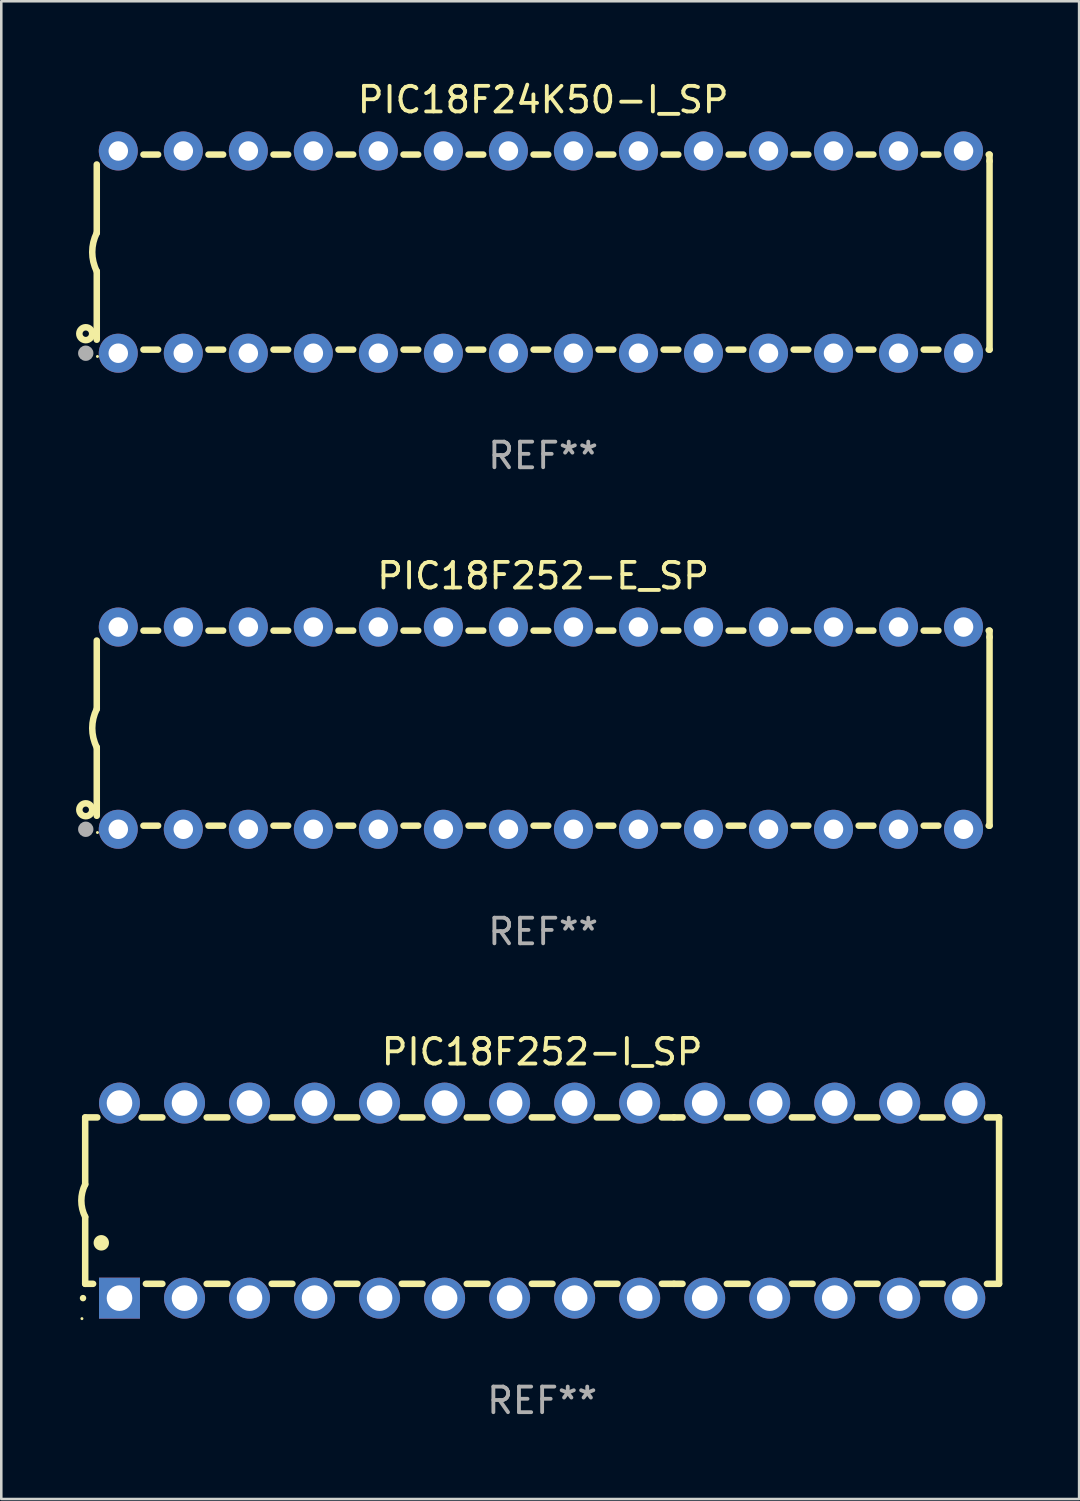
<source format=kicad_pcb>
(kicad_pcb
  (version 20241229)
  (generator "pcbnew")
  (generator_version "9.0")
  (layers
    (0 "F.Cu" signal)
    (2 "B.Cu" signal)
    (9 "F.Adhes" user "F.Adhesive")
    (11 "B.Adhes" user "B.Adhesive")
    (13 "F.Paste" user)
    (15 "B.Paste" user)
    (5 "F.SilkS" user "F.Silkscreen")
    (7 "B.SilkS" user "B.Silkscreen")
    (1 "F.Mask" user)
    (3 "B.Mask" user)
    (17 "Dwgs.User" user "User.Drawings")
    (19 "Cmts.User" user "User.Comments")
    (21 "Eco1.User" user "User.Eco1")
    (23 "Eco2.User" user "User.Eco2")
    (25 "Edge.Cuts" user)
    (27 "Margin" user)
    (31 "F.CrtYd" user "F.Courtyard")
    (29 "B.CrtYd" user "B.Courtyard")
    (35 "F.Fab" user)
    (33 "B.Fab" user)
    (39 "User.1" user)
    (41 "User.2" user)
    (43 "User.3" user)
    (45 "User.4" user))
  (footprint "PIC18F252-E_SP"
    (layer "F.Cu")
    (at 18.168 25.395)
    (property "Reference" "PIC18F252-E_SP" (at 0 -5.95 0) (layer "F.SilkS") (effects (font (size 1 1) (thickness 0.15))))
    (attr through_hole)
    (fp_line (start -17.438 0.75) (end -17.438 3.423) (stroke (width 0.254) (type solid)) (layer "F.SilkS"))
    (fp_line (start -17.438 -3.423) (end -17.438 -0.75) (stroke (width 0.254) (type solid)) (layer "F.SilkS"))
    (fp_line (start -15.615 3.81) (end -15.041 3.81) (stroke (width 0.254) (type solid)) (layer "F.SilkS"))
    (fp_line (start -15.041 -3.81) (end -15.614 -3.81) (stroke (width 0.254) (type solid)) (layer "F.SilkS"))
    (fp_line (start -13.075 3.81) (end -12.501 3.81) (stroke (width 0.254) (type solid)) (layer "F.SilkS"))
    (fp_line (start -12.501 -3.81) (end -13.074 -3.81) (stroke (width 0.254) (type solid)) (layer "F.SilkS"))
    (fp_line (start -10.535 3.81) (end -9.961 3.81) (stroke (width 0.254) (type solid)) (layer "F.SilkS"))
    (fp_line (start -9.961 -3.81) (end -10.534 -3.81) (stroke (width 0.254) (type solid)) (layer "F.SilkS"))
    (fp_line (start -7.995 3.81) (end -7.421 3.81) (stroke (width 0.254) (type solid)) (layer "F.SilkS"))
    (fp_line (start -7.421 -3.81) (end -7.995 -3.81) (stroke (width 0.254) (type solid)) (layer "F.SilkS"))
    (fp_line (start -5.455 3.81) (end -4.881 3.81) (stroke (width 0.254) (type solid)) (layer "F.SilkS"))
    (fp_line (start -4.881 -3.81) (end -5.455 -3.81) (stroke (width 0.254) (type solid)) (layer "F.SilkS"))
    (fp_line (start -2.915 3.81) (end -2.341 3.81) (stroke (width 0.254) (type solid)) (layer "F.SilkS"))
    (fp_line (start -2.341 -3.81) (end -2.915 -3.81) (stroke (width 0.254) (type solid)) (layer "F.SilkS"))
    (fp_line (start -0.375 3.81) (end 0.199 3.81) (stroke (width 0.254) (type solid)) (layer "F.SilkS"))
    (fp_line (start 0.199 -3.81) (end -0.375 -3.81) (stroke (width 0.254) (type solid)) (layer "F.SilkS"))
    (fp_line (start 2.165 3.81) (end 2.739 3.81) (stroke (width 0.254) (type solid)) (layer "F.SilkS"))
    (fp_line (start 2.739 -3.81) (end 2.165 -3.81) (stroke (width 0.254) (type solid)) (layer "F.SilkS"))
    (fp_line (start 4.705 3.81) (end 5.279 3.81) (stroke (width 0.254) (type solid)) (layer "F.SilkS"))
    (fp_line (start 5.279 -3.81) (end 4.705 -3.81) (stroke (width 0.254) (type solid)) (layer "F.SilkS"))
    (fp_line (start 7.245 3.81) (end 7.819 3.81) (stroke (width 0.254) (type solid)) (layer "F.SilkS"))
    (fp_line (start 7.819 -3.81) (end 7.245 -3.81) (stroke (width 0.254) (type solid)) (layer "F.SilkS"))
    (fp_line (start 9.785 3.81) (end 10.359 3.81) (stroke (width 0.254) (type solid)) (layer "F.SilkS"))
    (fp_line (start 10.359 -3.81) (end 9.785 -3.81) (stroke (width 0.254) (type solid)) (layer "F.SilkS"))
    (fp_line (start 12.325 3.81) (end 12.899 3.81) (stroke (width 0.254) (type solid)) (layer "F.SilkS"))
    (fp_line (start 12.899 -3.81) (end 12.325 -3.81) (stroke (width 0.254) (type solid)) (layer "F.SilkS"))
    (fp_line (start 14.865 3.81) (end 15.439 3.81) (stroke (width 0.254) (type solid)) (layer "F.SilkS"))
    (fp_line (start 15.439 -3.81) (end 14.865 -3.81) (stroke (width 0.254) (type solid)) (layer "F.SilkS"))
    (fp_line (start 17.405 3.81) (end 17.438 3.81) (stroke (width 0.254) (type solid)) (layer "F.SilkS"))
    (fp_line (start 17.438 -3.81) (end 17.405 -3.81) (stroke (width 0.254) (type solid)) (layer "F.SilkS"))
    (fp_line (start 17.438 -3.556) (end 17.438 -3.81) (stroke (width 0.254) (type solid)) (layer "F.SilkS"))
    (fp_line (start 17.438 3.81) (end 17.438 -3.556) (stroke (width 0.254) (type solid)) (layer "F.SilkS"))
    (fp_arc (start -17.437986 0.749657) (mid -17.614887 -0.000024) (end -17.437783 -0.749657) (stroke (width 0.254001) (type solid)) (layer "F.SilkS"))
    (fp_circle (center -17.868 3.188) (end -17.743 3.188) (stroke (width 0.254) (type solid)) (fill no) (layer "F.SilkS"))
    (fp_circle (center -17.411 4.077) (end -17.381 4.077) (stroke (width 0.06) (type solid)) (fill no) (layer "F.SilkS"))
    (fp_circle (center -17.868 3.95) (end -17.718 3.95) (stroke (width 0.3) (type solid)) (fill no) (layer "F.Fab"))
    (fp_text user "REF**" (at 0 7.95 0) (layer "F.Fab") (effects (font (size 1 1) (thickness 0.15))))
    (pad "1" thru_hole circle (at -16.598 3.95) (size 1.524 1.524) (drill 0.762) (layers "*.Cu" "*.Mask"))
    (pad "2" thru_hole circle (at -14.058 3.95) (size 1.524 1.524) (drill 0.762) (layers "*.Cu" "*.Mask"))
    (pad "3" thru_hole circle (at -11.518 3.95) (size 1.524 1.524) (drill 0.762) (layers "*.Cu" "*.Mask"))
    (pad "4" thru_hole circle (at -8.978 3.95) (size 1.524 1.524) (drill 0.762) (layers "*.Cu" "*.Mask"))
    (pad "5" thru_hole circle (at -6.438 3.95) (size 1.524 1.524) (drill 0.762) (layers "*.Cu" "*.Mask"))
    (pad "6" thru_hole circle (at -3.898 3.95) (size 1.524 1.524) (drill 0.762) (layers "*.Cu" "*.Mask"))
    (pad "7" thru_hole circle (at -1.358 3.95) (size 1.524 1.524) (drill 0.762) (layers "*.Cu" "*.Mask"))
    (pad "8" thru_hole circle (at 1.182 3.95) (size 1.524 1.524) (drill 0.762) (layers "*.Cu" "*.Mask"))
    (pad "9" thru_hole circle (at 3.722 3.95) (size 1.524 1.524) (drill 0.762) (layers "*.Cu" "*.Mask"))
    (pad "10" thru_hole circle (at 6.262 3.95) (size 1.524 1.524) (drill 0.762) (layers "*.Cu" "*.Mask"))
    (pad "11" thru_hole circle (at 8.802 3.95) (size 1.524 1.524) (drill 0.762) (layers "*.Cu" "*.Mask"))
    (pad "12" thru_hole circle (at 11.342 3.95) (size 1.524 1.524) (drill 0.762) (layers "*.Cu" "*.Mask"))
    (pad "13" thru_hole circle (at 13.882 3.95) (size 1.524 1.524) (drill 0.762) (layers "*.Cu" "*.Mask"))
    (pad "14" thru_hole circle (at 16.422 3.95) (size 1.524 1.524) (drill 0.762) (layers "*.Cu" "*.Mask"))
    (pad "15" thru_hole circle (at 16.422 -3.95) (size 1.524 1.524) (drill 0.762) (layers "*.Cu" "*.Mask"))
    (pad "16" thru_hole circle (at 13.882 -3.95) (size 1.524 1.524) (drill 0.762) (layers "*.Cu" "*.Mask"))
    (pad "17" thru_hole circle (at 11.342 -3.95) (size 1.524 1.524) (drill 0.762) (layers "*.Cu" "*.Mask"))
    (pad "18" thru_hole circle (at 8.802 -3.95) (size 1.524 1.524) (drill 0.762) (layers "*.Cu" "*.Mask"))
    (pad "19" thru_hole circle (at 6.262 -3.95) (size 1.524 1.524) (drill 0.762) (layers "*.Cu" "*.Mask"))
    (pad "20" thru_hole circle (at 3.722 -3.95) (size 1.524 1.524) (drill 0.762) (layers "*.Cu" "*.Mask"))
    (pad "21" thru_hole circle (at 1.182 -3.95) (size 1.524 1.524) (drill 0.762) (layers "*.Cu" "*.Mask"))
    (pad "22" thru_hole circle (at -1.358 -3.95) (size 1.524 1.524) (drill 0.762) (layers "*.Cu" "*.Mask"))
    (pad "23" thru_hole circle (at -3.898 -3.95) (size 1.524 1.524) (drill 0.762) (layers "*.Cu" "*.Mask"))
    (pad "24" thru_hole circle (at -6.438 -3.95) (size 1.524 1.524) (drill 0.762) (layers "*.Cu" "*.Mask"))
    (pad "25" thru_hole circle (at -8.978 -3.95) (size 1.524 1.524) (drill 0.762) (layers "*.Cu" "*.Mask"))
    (pad "26" thru_hole circle (at -11.517 -3.95) (size 1.524 1.524) (drill 0.762) (layers "*.Cu" "*.Mask"))
    (pad "27" thru_hole circle (at -14.057 -3.95) (size 1.524 1.524) (drill 0.762) (layers "*.Cu" "*.Mask"))
    (pad "28" thru_hole circle (at -16.597 -3.95) (size 1.524 1.524) (drill 0.762) (layers "*.Cu" "*.Mask")))
  (footprint "PIC18F24K50-I_SP"
    (layer "F.Cu")
    (at 18.168 6.798)
    (property "Reference" "PIC18F24K50-I_SP" (at 0 -5.95 0) (layer "F.SilkS") (effects (font (size 1 1) (thickness 0.15))))
    (attr through_hole)
    (fp_line (start -17.438 0.75) (end -17.438 3.423) (stroke (width 0.254) (type solid)) (layer "F.SilkS"))
    (fp_line (start -17.438 -3.423) (end -17.438 -0.75) (stroke (width 0.254) (type solid)) (layer "F.SilkS"))
    (fp_line (start -15.615 3.81) (end -15.041 3.81) (stroke (width 0.254) (type solid)) (layer "F.SilkS"))
    (fp_line (start -15.041 -3.81) (end -15.614 -3.81) (stroke (width 0.254) (type solid)) (layer "F.SilkS"))
    (fp_line (start -13.075 3.81) (end -12.501 3.81) (stroke (width 0.254) (type solid)) (layer "F.SilkS"))
    (fp_line (start -12.501 -3.81) (end -13.074 -3.81) (stroke (width 0.254) (type solid)) (layer "F.SilkS"))
    (fp_line (start -10.535 3.81) (end -9.961 3.81) (stroke (width 0.254) (type solid)) (layer "F.SilkS"))
    (fp_line (start -9.961 -3.81) (end -10.534 -3.81) (stroke (width 0.254) (type solid)) (layer "F.SilkS"))
    (fp_line (start -7.995 3.81) (end -7.421 3.81) (stroke (width 0.254) (type solid)) (layer "F.SilkS"))
    (fp_line (start -7.421 -3.81) (end -7.995 -3.81) (stroke (width 0.254) (type solid)) (layer "F.SilkS"))
    (fp_line (start -5.455 3.81) (end -4.881 3.81) (stroke (width 0.254) (type solid)) (layer "F.SilkS"))
    (fp_line (start -4.881 -3.81) (end -5.455 -3.81) (stroke (width 0.254) (type solid)) (layer "F.SilkS"))
    (fp_line (start -2.915 3.81) (end -2.341 3.81) (stroke (width 0.254) (type solid)) (layer "F.SilkS"))
    (fp_line (start -2.341 -3.81) (end -2.915 -3.81) (stroke (width 0.254) (type solid)) (layer "F.SilkS"))
    (fp_line (start -0.375 3.81) (end 0.199 3.81) (stroke (width 0.254) (type solid)) (layer "F.SilkS"))
    (fp_line (start 0.199 -3.81) (end -0.375 -3.81) (stroke (width 0.254) (type solid)) (layer "F.SilkS"))
    (fp_line (start 2.165 3.81) (end 2.739 3.81) (stroke (width 0.254) (type solid)) (layer "F.SilkS"))
    (fp_line (start 2.739 -3.81) (end 2.165 -3.81) (stroke (width 0.254) (type solid)) (layer "F.SilkS"))
    (fp_line (start 4.705 3.81) (end 5.279 3.81) (stroke (width 0.254) (type solid)) (layer "F.SilkS"))
    (fp_line (start 5.279 -3.81) (end 4.705 -3.81) (stroke (width 0.254) (type solid)) (layer "F.SilkS"))
    (fp_line (start 7.245 3.81) (end 7.819 3.81) (stroke (width 0.254) (type solid)) (layer "F.SilkS"))
    (fp_line (start 7.819 -3.81) (end 7.245 -3.81) (stroke (width 0.254) (type solid)) (layer "F.SilkS"))
    (fp_line (start 9.785 3.81) (end 10.359 3.81) (stroke (width 0.254) (type solid)) (layer "F.SilkS"))
    (fp_line (start 10.359 -3.81) (end 9.785 -3.81) (stroke (width 0.254) (type solid)) (layer "F.SilkS"))
    (fp_line (start 12.325 3.81) (end 12.899 3.81) (stroke (width 0.254) (type solid)) (layer "F.SilkS"))
    (fp_line (start 12.899 -3.81) (end 12.325 -3.81) (stroke (width 0.254) (type solid)) (layer "F.SilkS"))
    (fp_line (start 14.865 3.81) (end 15.439 3.81) (stroke (width 0.254) (type solid)) (layer "F.SilkS"))
    (fp_line (start 15.439 -3.81) (end 14.865 -3.81) (stroke (width 0.254) (type solid)) (layer "F.SilkS"))
    (fp_line (start 17.405 3.81) (end 17.438 3.81) (stroke (width 0.254) (type solid)) (layer "F.SilkS"))
    (fp_line (start 17.438 -3.81) (end 17.405 -3.81) (stroke (width 0.254) (type solid)) (layer "F.SilkS"))
    (fp_line (start 17.438 -3.556) (end 17.438 -3.81) (stroke (width 0.254) (type solid)) (layer "F.SilkS"))
    (fp_line (start 17.438 3.81) (end 17.438 -3.556) (stroke (width 0.254) (type solid)) (layer "F.SilkS"))
    (fp_arc (start -17.437986 0.749657) (mid -17.614887 -0.000024) (end -17.437783 -0.749657) (stroke (width 0.254001) (type solid)) (layer "F.SilkS"))
    (fp_circle (center -17.868 3.188) (end -17.743 3.188) (stroke (width 0.254) (type solid)) (fill no) (layer "F.SilkS"))
    (fp_circle (center -17.411 4.077) (end -17.381 4.077) (stroke (width 0.06) (type solid)) (fill no) (layer "F.SilkS"))
    (fp_circle (center -17.868 3.95) (end -17.718 3.95) (stroke (width 0.3) (type solid)) (fill no) (layer "F.Fab"))
    (fp_text user "REF**" (at 0 7.95 0) (layer "F.Fab") (effects (font (size 1 1) (thickness 0.15))))
    (pad "1" thru_hole circle (at -16.598 3.95) (size 1.524 1.524) (drill 0.762) (layers "*.Cu" "*.Mask"))
    (pad "2" thru_hole circle (at -14.058 3.95) (size 1.524 1.524) (drill 0.762) (layers "*.Cu" "*.Mask"))
    (pad "3" thru_hole circle (at -11.518 3.95) (size 1.524 1.524) (drill 0.762) (layers "*.Cu" "*.Mask"))
    (pad "4" thru_hole circle (at -8.978 3.95) (size 1.524 1.524) (drill 0.762) (layers "*.Cu" "*.Mask"))
    (pad "5" thru_hole circle (at -6.438 3.95) (size 1.524 1.524) (drill 0.762) (layers "*.Cu" "*.Mask"))
    (pad "6" thru_hole circle (at -3.898 3.95) (size 1.524 1.524) (drill 0.762) (layers "*.Cu" "*.Mask"))
    (pad "7" thru_hole circle (at -1.358 3.95) (size 1.524 1.524) (drill 0.762) (layers "*.Cu" "*.Mask"))
    (pad "8" thru_hole circle (at 1.182 3.95) (size 1.524 1.524) (drill 0.762) (layers "*.Cu" "*.Mask"))
    (pad "9" thru_hole circle (at 3.722 3.95) (size 1.524 1.524) (drill 0.762) (layers "*.Cu" "*.Mask"))
    (pad "10" thru_hole circle (at 6.262 3.95) (size 1.524 1.524) (drill 0.762) (layers "*.Cu" "*.Mask"))
    (pad "11" thru_hole circle (at 8.802 3.95) (size 1.524 1.524) (drill 0.762) (layers "*.Cu" "*.Mask"))
    (pad "12" thru_hole circle (at 11.342 3.95) (size 1.524 1.524) (drill 0.762) (layers "*.Cu" "*.Mask"))
    (pad "13" thru_hole circle (at 13.882 3.95) (size 1.524 1.524) (drill 0.762) (layers "*.Cu" "*.Mask"))
    (pad "14" thru_hole circle (at 16.422 3.95) (size 1.524 1.524) (drill 0.762) (layers "*.Cu" "*.Mask"))
    (pad "15" thru_hole circle (at 16.422 -3.95) (size 1.524 1.524) (drill 0.762) (layers "*.Cu" "*.Mask"))
    (pad "16" thru_hole circle (at 13.882 -3.95) (size 1.524 1.524) (drill 0.762) (layers "*.Cu" "*.Mask"))
    (pad "17" thru_hole circle (at 11.342 -3.95) (size 1.524 1.524) (drill 0.762) (layers "*.Cu" "*.Mask"))
    (pad "18" thru_hole circle (at 8.802 -3.95) (size 1.524 1.524) (drill 0.762) (layers "*.Cu" "*.Mask"))
    (pad "19" thru_hole circle (at 6.262 -3.95) (size 1.524 1.524) (drill 0.762) (layers "*.Cu" "*.Mask"))
    (pad "20" thru_hole circle (at 3.722 -3.95) (size 1.524 1.524) (drill 0.762) (layers "*.Cu" "*.Mask"))
    (pad "21" thru_hole circle (at 1.182 -3.95) (size 1.524 1.524) (drill 0.762) (layers "*.Cu" "*.Mask"))
    (pad "22" thru_hole circle (at -1.358 -3.95) (size 1.524 1.524) (drill 0.762) (layers "*.Cu" "*.Mask"))
    (pad "23" thru_hole circle (at -3.898 -3.95) (size 1.524 1.524) (drill 0.762) (layers "*.Cu" "*.Mask"))
    (pad "24" thru_hole circle (at -6.438 -3.95) (size 1.524 1.524) (drill 0.762) (layers "*.Cu" "*.Mask"))
    (pad "25" thru_hole circle (at -8.978 -3.95) (size 1.524 1.524) (drill 0.762) (layers "*.Cu" "*.Mask"))
    (pad "26" thru_hole circle (at -11.517 -3.95) (size 1.524 1.524) (drill 0.762) (layers "*.Cu" "*.Mask"))
    (pad "27" thru_hole circle (at -14.057 -3.95) (size 1.524 1.524) (drill 0.762) (layers "*.Cu" "*.Mask"))
    (pad "28" thru_hole circle (at -16.597 -3.95) (size 1.524 1.524) (drill 0.762) (layers "*.Cu" "*.Mask")))
  (footprint "PIC18F252-I_SP"
    (layer "F.Cu")
    (at 18.128 43.851)
    (property "Reference" "PIC18F252-I_SP" (at 0 -5.81 0) (layer "F.SilkS") (effects (font (size 1 1) (thickness 0.15))))
    (attr through_hole)
    (fp_line (start -17.85 -3.25) (end -17.85 -0.635) (stroke (width 0.254) (type solid)) (layer "F.SilkS"))
    (fp_line (start -17.85 3.25) (end -17.85 0.635) (stroke (width 0.254) (type solid)) (layer "F.SilkS"))
    (fp_line (start -17.85 3.25) (end -17.541 3.25) (stroke (width 0.254) (type solid)) (layer "F.SilkS"))
    (fp_line (start -17.375 -3.25) (end -17.85 -3.25) (stroke (width 0.254) (type solid)) (layer "F.SilkS"))
    (fp_line (start -15.479 3.25) (end -14.835 3.25) (stroke (width 0.254) (type solid)) (layer "F.SilkS"))
    (fp_line (start -14.835 -3.25) (end -15.645 -3.25) (stroke (width 0.254) (type solid)) (layer "F.SilkS"))
    (fp_line (start -13.105 3.25) (end -12.295 3.25) (stroke (width 0.254) (type solid)) (layer "F.SilkS"))
    (fp_line (start -12.295 -3.25) (end -13.105 -3.25) (stroke (width 0.254) (type solid)) (layer "F.SilkS"))
    (fp_line (start -10.565 3.25) (end -9.755 3.25) (stroke (width 0.254) (type solid)) (layer "F.SilkS"))
    (fp_line (start -9.755 -3.25) (end -10.565 -3.25) (stroke (width 0.254) (type solid)) (layer "F.SilkS"))
    (fp_line (start -8.025 3.25) (end -7.215 3.25) (stroke (width 0.254) (type solid)) (layer "F.SilkS"))
    (fp_line (start -7.215 -3.25) (end -8.025 -3.25) (stroke (width 0.254) (type solid)) (layer "F.SilkS"))
    (fp_line (start -5.485 3.25) (end -4.675 3.25) (stroke (width 0.254) (type solid)) (layer "F.SilkS"))
    (fp_line (start -4.675 -3.25) (end -5.485 -3.25) (stroke (width 0.254) (type solid)) (layer "F.SilkS"))
    (fp_line (start -2.945 3.25) (end -2.135 3.25) (stroke (width 0.254) (type solid)) (layer "F.SilkS"))
    (fp_line (start -2.135 -3.25) (end -2.945 -3.25) (stroke (width 0.254) (type solid)) (layer "F.SilkS"))
    (fp_line (start -0.405 3.25) (end 0.405 3.25) (stroke (width 0.254) (type solid)) (layer "F.SilkS"))
    (fp_line (start 0.405 -3.25) (end -0.405 -3.25) (stroke (width 0.254) (type solid)) (layer "F.SilkS"))
    (fp_line (start 2.135 3.25) (end 2.945 3.25) (stroke (width 0.254) (type solid)) (layer "F.SilkS"))
    (fp_line (start 2.945 -3.25) (end 2.135 -3.25) (stroke (width 0.254) (type solid)) (layer "F.SilkS"))
    (fp_line (start 4.675 3.25) (end 5.15 3.25) (stroke (width 0.254) (type solid)) (layer "F.SilkS"))
    (fp_line (start 5.15 -3.25) (end 4.675 -3.25) (stroke (width 0.254) (type solid)) (layer "F.SilkS"))
    (fp_line (start 5.15 -3.25) (end 5.485 -3.25) (stroke (width 0.254) (type solid)) (layer "F.SilkS"))
    (fp_line (start 5.15 3.25) (end 5.485 3.25) (stroke (width 0.254) (type solid)) (layer "F.SilkS"))
    (fp_line (start 7.215 -3.25) (end 8.025 -3.25) (stroke (width 0.254) (type solid)) (layer "F.SilkS"))
    (fp_line (start 7.215 3.25) (end 8.025 3.25) (stroke (width 0.254) (type solid)) (layer "F.SilkS"))
    (fp_line (start 9.755 -3.25) (end 10.565 -3.25) (stroke (width 0.254) (type solid)) (layer "F.SilkS"))
    (fp_line (start 9.755 3.25) (end 10.565 3.25) (stroke (width 0.254) (type solid)) (layer "F.SilkS"))
    (fp_line (start 12.295 -3.25) (end 13.105 -3.25) (stroke (width 0.254) (type solid)) (layer "F.SilkS"))
    (fp_line (start 12.295 3.25) (end 13.105 3.25) (stroke (width 0.254) (type solid)) (layer "F.SilkS"))
    (fp_line (start 14.835 -3.25) (end 15.645 -3.25) (stroke (width 0.254) (type solid)) (layer "F.SilkS"))
    (fp_line (start 14.835 3.25) (end 15.645 3.25) (stroke (width 0.254) (type solid)) (layer "F.SilkS"))
    (fp_line (start 17.375 -3.25) (end 17.85 -3.25) (stroke (width 0.254) (type solid)) (layer "F.SilkS"))
    (fp_line (start 17.375 3.25) (end 17.85 3.25) (stroke (width 0.254) (type solid)) (layer "F.SilkS"))
    (fp_line (start 17.85 -3.25) (end 17.85 3.25) (stroke (width 0.254) (type solid)) (layer "F.SilkS"))
    (fp_arc (start -17.934976 3.810008) (mid -17.934983 3.808738) (end -17.934976 3.807468) (stroke (width 0.25) (type solid)) (layer "F.SilkS"))
    (fp_arc (start -17.851155 0.635002) (mid -18.000677 -0.000132) (end -17.850038 -0.635001) (stroke (width 0.254001) (type solid)) (layer "F.SilkS"))
    (fp_arc (start -17.221234 1.651003) (mid -17.221245 1.648463) (end -17.221234 1.645923) (stroke (width 0.6) (type solid)) (layer "F.SilkS"))
    (fp_circle (center -17.977 4.61) (end -17.947 4.61) (stroke (width 0.06) (type solid)) (fill no) (layer "F.SilkS"))
    (fp_text user "REF**" (at 0 7.81 0) (layer "F.Fab") (effects (font (size 1 1) (thickness 0.15))))
    (pad "1" thru_hole rect (at -16.51 3.81 90) (size 1.6 1.6) (drill 1) (layers "*.Cu" "*.Mask"))
    (pad "2" thru_hole circle (at -13.97 3.81 90) (size 1.6 1.6) (drill 1) (layers "*.Cu" "*.Mask"))
    (pad "3" thru_hole circle (at -11.43 3.81 90) (size 1.6 1.6) (drill 1) (layers "*.Cu" "*.Mask"))
    (pad "4" thru_hole circle (at -8.89 3.81 90) (size 1.6 1.6) (drill 1) (layers "*.Cu" "*.Mask"))
    (pad "5" thru_hole circle (at -6.35 3.81 90) (size 1.6 1.6) (drill 1) (layers "*.Cu" "*.Mask"))
    (pad "6" thru_hole circle (at -3.81 3.81 90) (size 1.6 1.6) (drill 1) (layers "*.Cu" "*.Mask"))
    (pad "7" thru_hole circle (at -1.27 3.81 90) (size 1.6 1.6) (drill 1) (layers "*.Cu" "*.Mask"))
    (pad "8" thru_hole circle (at 1.27 3.81 90) (size 1.6 1.6) (drill 1) (layers "*.Cu" "*.Mask"))
    (pad "9" thru_hole circle (at 3.81 3.81 90) (size 1.6 1.6) (drill 1) (layers "*.Cu" "*.Mask"))
    (pad "10" thru_hole circle (at 6.35 3.81 90) (size 1.6 1.6) (drill 1) (layers "*.Cu" "*.Mask"))
    (pad "11" thru_hole circle (at 8.89 3.81 90) (size 1.6 1.6) (drill 1) (layers "*.Cu" "*.Mask"))
    (pad "12" thru_hole circle (at 11.43 3.81 90) (size 1.6 1.6) (drill 1) (layers "*.Cu" "*.Mask"))
    (pad "13" thru_hole circle (at 13.97 3.81 90) (size 1.6 1.6) (drill 1) (layers "*.Cu" "*.Mask"))
    (pad "14" thru_hole circle (at 16.51 3.81 90) (size 1.6 1.6) (drill 1) (layers "*.Cu" "*.Mask"))
    (pad "15" thru_hole circle (at 16.51 -3.81 90) (size 1.6 1.6) (drill 1) (layers "*.Cu" "*.Mask"))
    (pad "16" thru_hole circle (at 13.97 -3.81 90) (size 1.6 1.6) (drill 1) (layers "*.Cu" "*.Mask"))
    (pad "17" thru_hole circle (at 11.43 -3.81 90) (size 1.6 1.6) (drill 1) (layers "*.Cu" "*.Mask"))
    (pad "18" thru_hole circle (at 8.89 -3.81 90) (size 1.6 1.6) (drill 1) (layers "*.Cu" "*.Mask"))
    (pad "19" thru_hole circle (at 6.35 -3.81 90) (size 1.6 1.6) (drill 1) (layers "*.Cu" "*.Mask"))
    (pad "20" thru_hole circle (at 3.81 -3.81 90) (size 1.6 1.6) (drill 1) (layers "*.Cu" "*.Mask"))
    (pad "21" thru_hole circle (at 1.27 -3.81 90) (size 1.6 1.6) (drill 1) (layers "*.Cu" "*.Mask"))
    (pad "22" thru_hole circle (at -1.27 -3.81 90) (size 1.6 1.6) (drill 1) (layers "*.Cu" "*.Mask"))
    (pad "23" thru_hole circle (at -3.81 -3.81 90) (size 1.6 1.6) (drill 1) (layers "*.Cu" "*.Mask"))
    (pad "24" thru_hole circle (at -6.35 -3.81 90) (size 1.6 1.6) (drill 1) (layers "*.Cu" "*.Mask"))
    (pad "25" thru_hole circle (at -8.89 -3.81 90) (size 1.6 1.6) (drill 1) (layers "*.Cu" "*.Mask"))
    (pad "26" thru_hole circle (at -11.43 -3.81 90) (size 1.6 1.6) (drill 1) (layers "*.Cu" "*.Mask"))
    (pad "27" thru_hole circle (at -13.97 -3.81 90) (size 1.6 1.6) (drill 1) (layers "*.Cu" "*.Mask"))
    (pad "28" thru_hole circle (at -16.51 -3.81 90) (size 1.6 1.6) (drill 1) (layers "*.Cu" "*.Mask")))
  (gr_rect
    (start -3 -3)
    (end 39.105 55.509)
    (stroke (width 0.1) (type default))
    (fill no)
    (layer "Edge.Cuts")))
</source>
